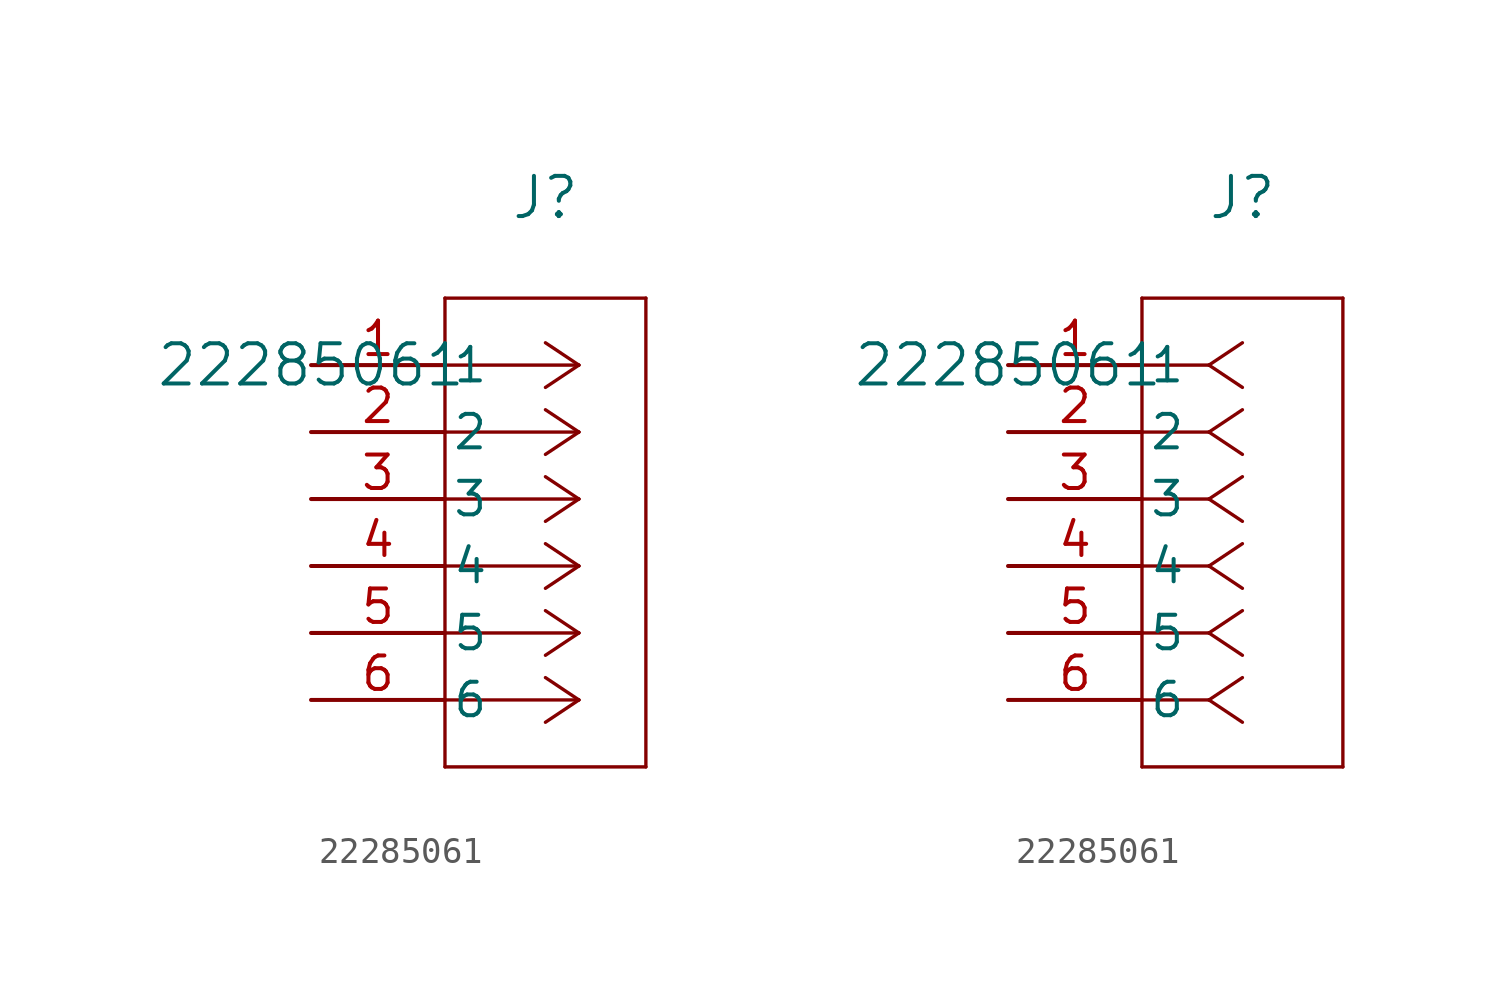
<source format=kicad_sym>
(kicad_symbol_lib
  (version 20231120)
  (generator "kicad_symbol_editor")
  (generator_version "8.0")
  (symbol "22285061"
    (pin_names
      (offset 0.254))
    (property "Reference" "J"
      (at 8.89 6.35 0)
      (effects (font (size 1.524 1.524))))
    (property "Value" "22285061"
      (at 0 0 0)
      (effects (font (size 1.524 1.524))))
    (property "ki_locked" ""
      (at 0 0 0)
      (effects (font (size 1.27 1.27))))
    (symbol "22285061_1_1"
      (polyline (pts (xy 5.08 -15.24) (xy 12.7 -15.24)) (stroke (width 0.127) (type default)) (fill (type none)))
      (polyline (pts (xy 5.08 2.54) (xy 5.08 -15.24)) (stroke (width 0.127) (type default)) (fill (type none)))
      (polyline (pts (xy 10.16 -12.7) (xy 5.08 -12.7)) (stroke (width 0.127) (type default)) (fill (type none)))
      (polyline (pts (xy 10.16 -12.7) (xy 8.89 -13.547)) (stroke (width 0.127) (type default)) (fill (type none)))
      (polyline (pts (xy 10.16 -12.7) (xy 8.89 -11.853)) (stroke (width 0.127) (type default)) (fill (type none)))
      (polyline (pts (xy 10.16 -10.16) (xy 5.08 -10.16)) (stroke (width 0.127) (type default)) (fill (type none)))
      (polyline (pts (xy 10.16 -10.16) (xy 8.89 -11.007)) (stroke (width 0.127) (type default)) (fill (type none)))
      (polyline (pts (xy 10.16 -10.16) (xy 8.89 -9.313)) (stroke (width 0.127) (type default)) (fill (type none)))
      (polyline (pts (xy 10.16 -7.62) (xy 5.08 -7.62)) (stroke (width 0.127) (type default)) (fill (type none)))
      (polyline (pts (xy 10.16 -7.62) (xy 8.89 -8.467)) (stroke (width 0.127) (type default)) (fill (type none)))
      (polyline (pts (xy 10.16 -7.62) (xy 8.89 -6.773)) (stroke (width 0.127) (type default)) (fill (type none)))
      (polyline (pts (xy 10.16 -5.08) (xy 5.08 -5.08)) (stroke (width 0.127) (type default)) (fill (type none)))
      (polyline (pts (xy 10.16 -5.08) (xy 8.89 -5.927)) (stroke (width 0.127) (type default)) (fill (type none)))
      (polyline (pts (xy 10.16 -5.08) (xy 8.89 -4.233)) (stroke (width 0.127) (type default)) (fill (type none)))
      (polyline (pts (xy 10.16 -2.54) (xy 5.08 -2.54)) (stroke (width 0.127) (type default)) (fill (type none)))
      (polyline (pts (xy 10.16 -2.54) (xy 8.89 -3.387)) (stroke (width 0.127) (type default)) (fill (type none)))
      (polyline (pts (xy 10.16 -2.54) (xy 8.89 -1.693)) (stroke (width 0.127) (type default)) (fill (type none)))
      (polyline (pts (xy 10.16 0) (xy 5.08 0)) (stroke (width 0.127) (type default)) (fill (type none)))
      (polyline (pts (xy 10.16 0) (xy 8.89 -0.847)) (stroke (width 0.127) (type default)) (fill (type none)))
      (polyline (pts (xy 10.16 0) (xy 8.89 0.847)) (stroke (width 0.127) (type default)) (fill (type none)))
      (polyline (pts (xy 12.7 -15.24) (xy 12.7 2.54)) (stroke (width 0.127) (type default)) (fill (type none)))
      (polyline (pts (xy 12.7 2.54) (xy 5.08 2.54)) (stroke (width 0.127) (type default)) (fill (type none)))
      (pin passive line (at 0 0 0) (length 5.08) (name "1" (effects (font (size 1.27 1.27)))) (number "1" (effects (font (size 1.27 1.27)))))
      (pin passive line (at 0 -2.54 0) (length 5.08) (name "2" (effects (font (size 1.27 1.27)))) (number "2" (effects (font (size 1.27 1.27)))))
      (pin passive line (at 0 -5.08 0) (length 5.08) (name "3" (effects (font (size 1.27 1.27)))) (number "3" (effects (font (size 1.27 1.27)))))
      (pin passive line (at 0 -7.62 0) (length 5.08) (name "4" (effects (font (size 1.27 1.27)))) (number "4" (effects (font (size 1.27 1.27)))))
      (pin passive line (at 0 -10.16 0) (length 5.08) (name "5" (effects (font (size 1.27 1.27)))) (number "5" (effects (font (size 1.27 1.27)))))
      (pin passive line (at 0 -12.7 0) (length 5.08) (name "6" (effects (font (size 1.27 1.27)))) (number "6" (effects (font (size 1.27 1.27))))))
    (symbol "22285061_1_2"
      (polyline (pts (xy 5.08 -15.24) (xy 12.7 -15.24)) (stroke (width 0.127) (type default)) (fill (type none)))
      (polyline (pts (xy 5.08 2.54) (xy 5.08 -15.24)) (stroke (width 0.127) (type default)) (fill (type none)))
      (polyline (pts (xy 7.62 -12.7) (xy 5.08 -12.7)) (stroke (width 0.127) (type default)) (fill (type none)))
      (polyline (pts (xy 7.62 -12.7) (xy 8.89 -13.547)) (stroke (width 0.127) (type default)) (fill (type none)))
      (polyline (pts (xy 7.62 -12.7) (xy 8.89 -11.853)) (stroke (width 0.127) (type default)) (fill (type none)))
      (polyline (pts (xy 7.62 -10.16) (xy 5.08 -10.16)) (stroke (width 0.127) (type default)) (fill (type none)))
      (polyline (pts (xy 7.62 -10.16) (xy 8.89 -11.007)) (stroke (width 0.127) (type default)) (fill (type none)))
      (polyline (pts (xy 7.62 -10.16) (xy 8.89 -9.313)) (stroke (width 0.127) (type default)) (fill (type none)))
      (polyline (pts (xy 7.62 -7.62) (xy 5.08 -7.62)) (stroke (width 0.127) (type default)) (fill (type none)))
      (polyline (pts (xy 7.62 -7.62) (xy 8.89 -8.467)) (stroke (width 0.127) (type default)) (fill (type none)))
      (polyline (pts (xy 7.62 -7.62) (xy 8.89 -6.773)) (stroke (width 0.127) (type default)) (fill (type none)))
      (polyline (pts (xy 7.62 -5.08) (xy 5.08 -5.08)) (stroke (width 0.127) (type default)) (fill (type none)))
      (polyline (pts (xy 7.62 -5.08) (xy 8.89 -5.927)) (stroke (width 0.127) (type default)) (fill (type none)))
      (polyline (pts (xy 7.62 -5.08) (xy 8.89 -4.233)) (stroke (width 0.127) (type default)) (fill (type none)))
      (polyline (pts (xy 7.62 -2.54) (xy 5.08 -2.54)) (stroke (width 0.127) (type default)) (fill (type none)))
      (polyline (pts (xy 7.62 -2.54) (xy 8.89 -3.387)) (stroke (width 0.127) (type default)) (fill (type none)))
      (polyline (pts (xy 7.62 -2.54) (xy 8.89 -1.693)) (stroke (width 0.127) (type default)) (fill (type none)))
      (polyline (pts (xy 7.62 0) (xy 5.08 0)) (stroke (width 0.127) (type default)) (fill (type none)))
      (polyline (pts (xy 7.62 0) (xy 8.89 -0.847)) (stroke (width 0.127) (type default)) (fill (type none)))
      (polyline (pts (xy 7.62 0) (xy 8.89 0.847)) (stroke (width 0.127) (type default)) (fill (type none)))
      (polyline (pts (xy 12.7 -15.24) (xy 12.7 2.54)) (stroke (width 0.127) (type default)) (fill (type none)))
      (polyline (pts (xy 12.7 2.54) (xy 5.08 2.54)) (stroke (width 0.127) (type default)) (fill (type none)))
      (pin unspecified line (at 0 0 0) (length 5.08) (name "1" (effects (font (size 1.27 1.27)))) (number "1" (effects (font (size 1.27 1.27)))))
      (pin unspecified line (at 0 -2.54 0) (length 5.08) (name "2" (effects (font (size 1.27 1.27)))) (number "2" (effects (font (size 1.27 1.27)))))
      (pin unspecified line (at 0 -5.08 0) (length 5.08) (name "3" (effects (font (size 1.27 1.27)))) (number "3" (effects (font (size 1.27 1.27)))))
      (pin unspecified line (at 0 -7.62 0) (length 5.08) (name "4" (effects (font (size 1.27 1.27)))) (number "4" (effects (font (size 1.27 1.27)))))
      (pin unspecified line (at 0 -10.16 0) (length 5.08) (name "5" (effects (font (size 1.27 1.27)))) (number "5" (effects (font (size 1.27 1.27)))))
      (pin unspecified line (at 0 -12.7 0) (length 5.08) (name "6" (effects (font (size 1.27 1.27)))) (number "6" (effects (font (size 1.27 1.27))))))))
</source>
